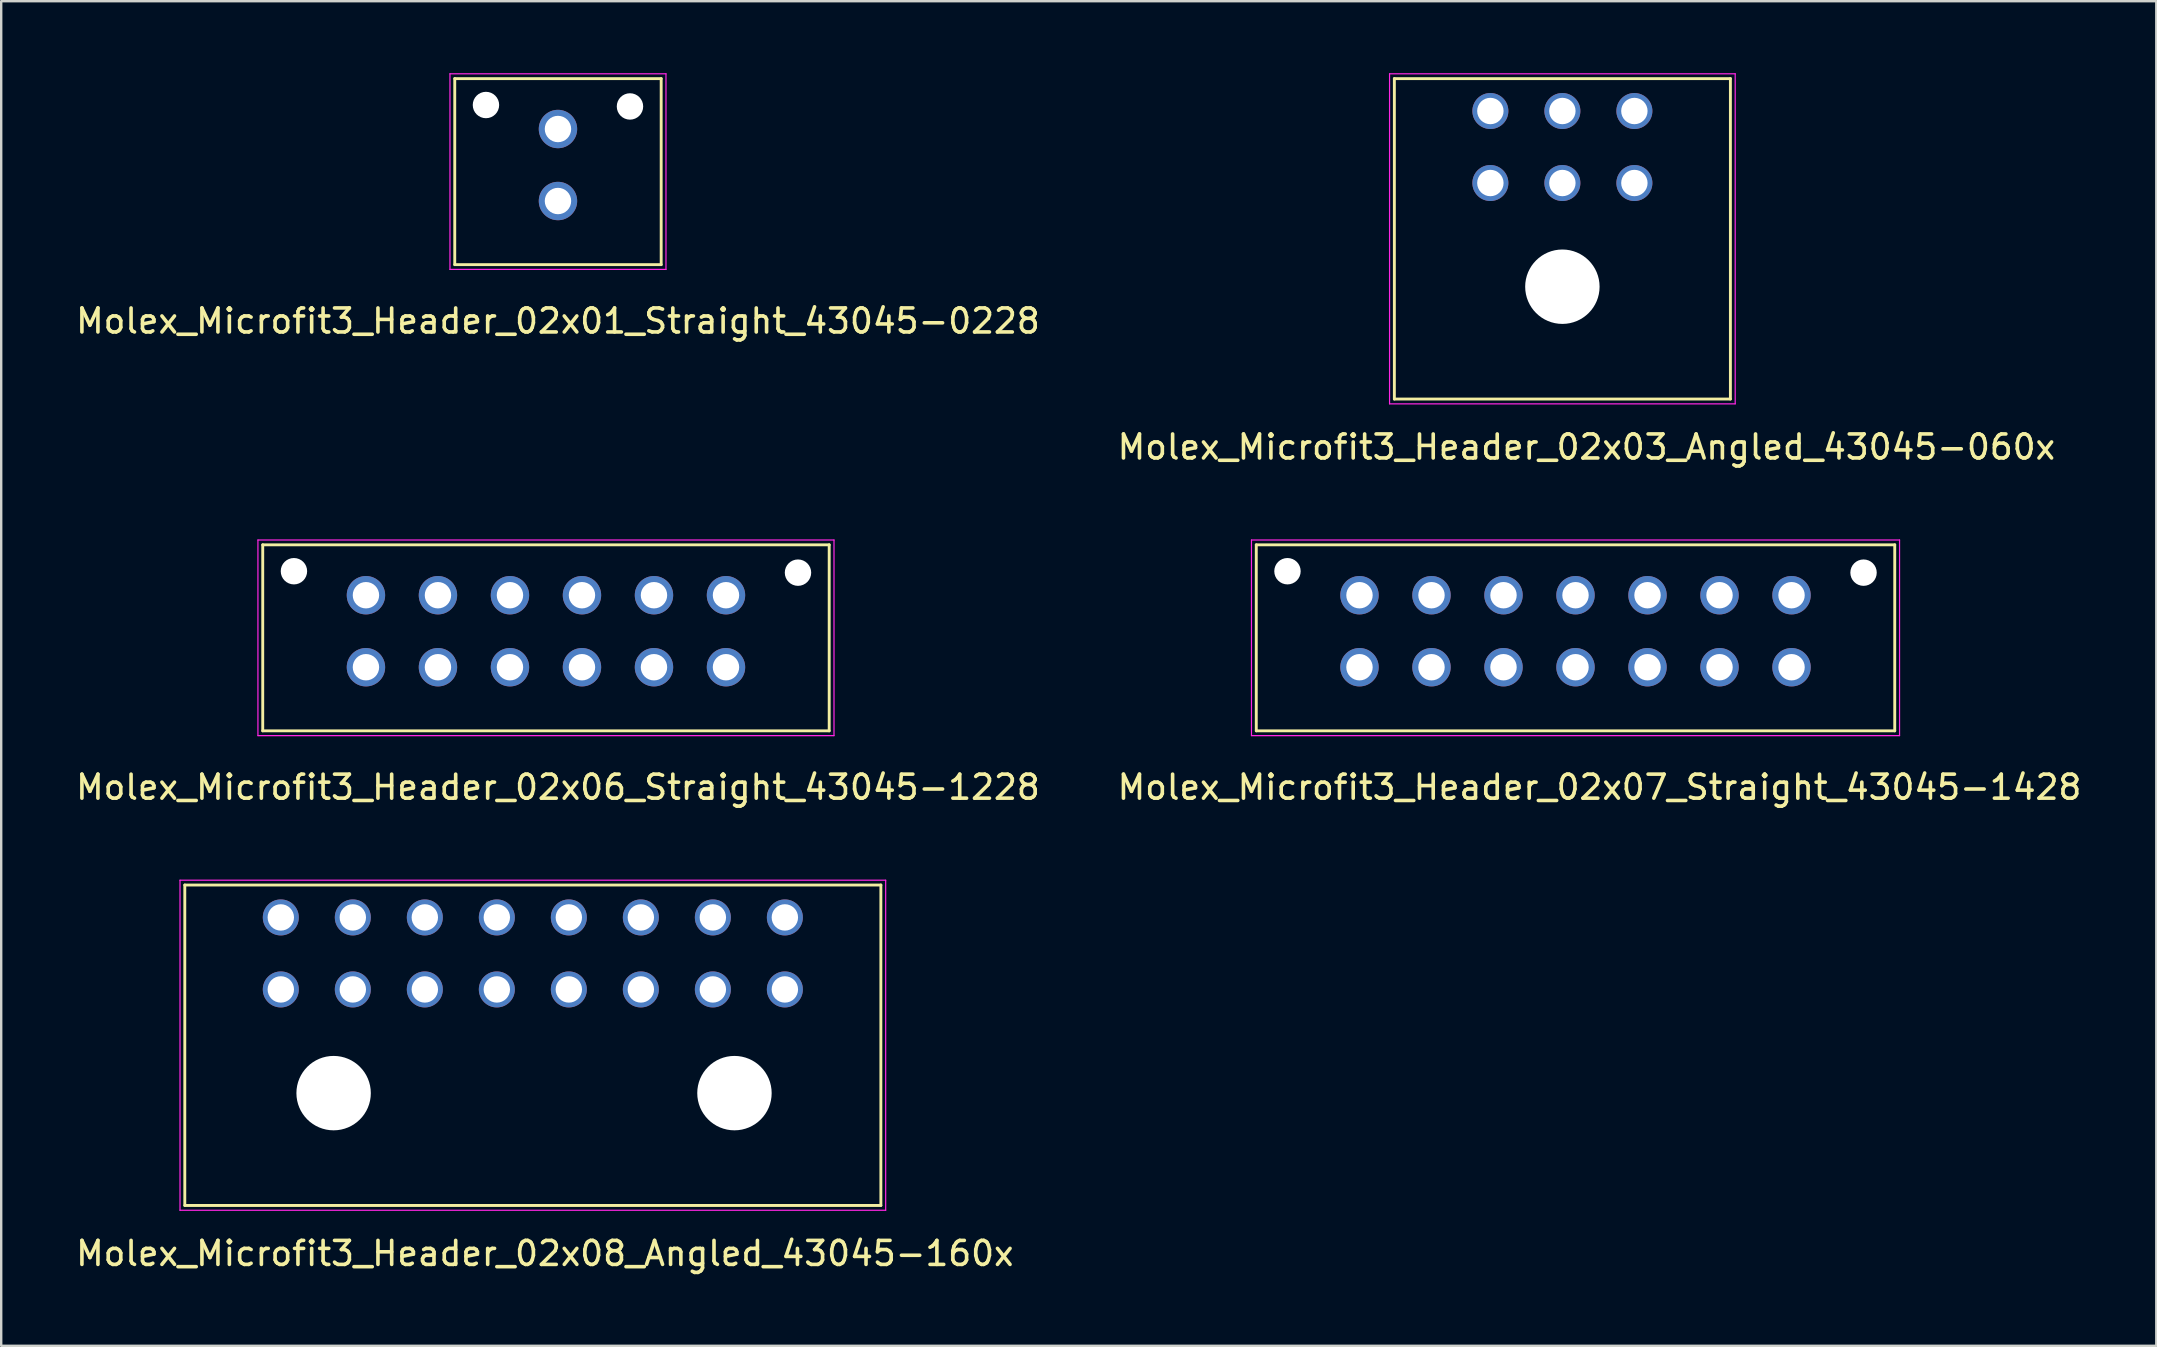
<source format=kicad_pcb>
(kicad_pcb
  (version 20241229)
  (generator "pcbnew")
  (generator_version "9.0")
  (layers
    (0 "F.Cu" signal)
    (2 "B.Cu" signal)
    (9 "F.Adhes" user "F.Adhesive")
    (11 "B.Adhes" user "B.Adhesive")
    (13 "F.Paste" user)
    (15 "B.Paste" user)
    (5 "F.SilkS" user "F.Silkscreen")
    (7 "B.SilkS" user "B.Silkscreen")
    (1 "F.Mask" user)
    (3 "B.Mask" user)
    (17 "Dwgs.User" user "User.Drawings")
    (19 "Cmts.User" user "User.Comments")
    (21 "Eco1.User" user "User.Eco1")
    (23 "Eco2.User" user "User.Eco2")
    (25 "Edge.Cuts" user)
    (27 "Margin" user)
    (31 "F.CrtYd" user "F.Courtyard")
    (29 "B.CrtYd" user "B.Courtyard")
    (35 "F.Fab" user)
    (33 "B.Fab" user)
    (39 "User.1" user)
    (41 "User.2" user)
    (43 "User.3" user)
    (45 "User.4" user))
  (footprint "Molex_Microfit3_Header_02x03_Angled_43045-060x"
    (layer "F.Cu")
    (at 65.042 4.575)
    (property "Reference" "Molex_Microfit3_Header_02x03_Angled_43045-060x" (at -2 11 0) (layer "F.SilkS") (effects (font (size 1 1) (thickness 0.15))))
    (attr through_hole)
    (fp_line (start -10 -4.35) (end 4 -4.35) (stroke (width 0.12) (type solid)) (layer "F.SilkS"))
    (fp_line (start -10 9) (end -10 -4.35) (stroke (width 0.12) (type solid)) (layer "F.SilkS"))
    (fp_line (start 4 -4.35) (end 4 9) (stroke (width 0.12) (type solid)) (layer "F.SilkS"))
    (fp_line (start 4 9) (end -10 9) (stroke (width 0.12) (type solid)) (layer "F.SilkS"))
    (fp_line (start -10.2 -4.55) (end -10.2 9.2) (stroke (width 0.05) (type solid)) (layer "F.CrtYd"))
    (fp_line (start -10.2 9.2) (end 4.2 9.2) (stroke (width 0.05) (type solid)) (layer "F.CrtYd"))
    (fp_line (start 4.2 -4.55) (end -10.2 -4.55) (stroke (width 0.05) (type solid)) (layer "F.CrtYd"))
    (fp_line (start 4.2 9.2) (end 4.2 -4.55) (stroke (width 0.05) (type solid)) (layer "F.CrtYd"))
    (pad "" np_thru_hole circle (at -3 4.32) (size 3.1 3.1) (drill 3.1) (layers "*.Cu" "*.Mask"))
    (pad "1" thru_hole circle (at 0 0) (size 1.5 1.5) (drill 1.1) (layers "*.Cu" "*.Mask"))
    (pad "2" thru_hole circle (at -3 0) (size 1.5 1.5) (drill 1.1) (layers "*.Cu" "*.Mask"))
    (pad "3" thru_hole circle (at -6 0) (size 1.5 1.5) (drill 1.1) (layers "*.Cu" "*.Mask"))
    (pad "4" thru_hole circle (at 0 -3) (size 1.5 1.5) (drill 1.1) (layers "*.Cu" "*.Mask"))
    (pad "5" thru_hole circle (at -3 -3) (size 1.5 1.5) (drill 1.1) (layers "*.Cu" "*.Mask"))
    (pad "6" thru_hole circle (at -6 -3) (size 1.5 1.5) (drill 1.1) (layers "*.Cu" "*.Mask")))
  (footprint "Molex_Microfit3_Header_02x06_Straight_43045-1228"
    (layer "F.Cu")
    (at 27.196 24.748)
    (property "Reference" "Molex_Microfit3_Header_02x06_Straight_43045-1228" (at -7 5 0) (layer "F.SilkS") (effects (font (size 1 1) (thickness 0.15))))
    (attr through_hole)
    (fp_line (start -19.3 2.65) (end -19.3 -5.1) (stroke (width 0.12) (type solid)) (layer "F.SilkS"))
    (fp_line (start 4.3 -5.1) (end -19.3 -5.1) (stroke (width 0.12) (type solid)) (layer "F.SilkS"))
    (fp_line (start 4.3 2.65) (end -19.3 2.65) (stroke (width 0.12) (type solid)) (layer "F.SilkS"))
    (fp_line (start 4.3 2.65) (end 4.3 -5.1) (stroke (width 0.12) (type solid)) (layer "F.SilkS"))
    (fp_line (start -19.5 2.85) (end -19.5 -5.3) (stroke (width 0.05) (type solid)) (layer "F.CrtYd"))
    (fp_line (start 4.5 -5.3) (end -19.5 -5.3) (stroke (width 0.05) (type solid)) (layer "F.CrtYd"))
    (fp_line (start 4.5 2.85) (end -19.5 2.85) (stroke (width 0.05) (type solid)) (layer "F.CrtYd"))
    (fp_line (start 4.5 2.85) (end 4.5 -5.3) (stroke (width 0.05) (type solid)) (layer "F.CrtYd"))
    (pad "" np_thru_hole circle (at -18 -4) (size 1.1 1.1) (drill 1.1) (layers "*.Cu" "*.Mask"))
    (pad "" np_thru_hole circle (at 3 -3.94) (size 1.1 1.1) (drill 1.1) (layers "*.Cu" "*.Mask"))
    (pad "1" thru_hole circle (at 0 0) (size 1.6 1.6) (drill 1.1) (layers "*.Cu" "*.Mask"))
    (pad "2" thru_hole circle (at -3 0) (size 1.6 1.6) (drill 1.1) (layers "*.Cu" "*.Mask"))
    (pad "3" thru_hole circle (at -6 0) (size 1.6 1.6) (drill 1.1) (layers "*.Cu" "*.Mask"))
    (pad "4" thru_hole circle (at -9 0) (size 1.6 1.6) (drill 1.1) (layers "*.Cu" "*.Mask"))
    (pad "5" thru_hole circle (at -12 0) (size 1.6 1.6) (drill 1.1) (layers "*.Cu" "*.Mask"))
    (pad "6" thru_hole circle (at -15 0) (size 1.6 1.6) (drill 1.1) (layers "*.Cu" "*.Mask"))
    (pad "7" thru_hole circle (at 0 -3) (size 1.6 1.6) (drill 1.1) (layers "*.Cu" "*.Mask"))
    (pad "8" thru_hole circle (at -3 -3) (size 1.6 1.6) (drill 1.1) (layers "*.Cu" "*.Mask"))
    (pad "9" thru_hole circle (at -6 -3) (size 1.6 1.6) (drill 1.1) (layers "*.Cu" "*.Mask"))
    (pad "10" thru_hole circle (at -9 -3) (size 1.6 1.6) (drill 1.1) (layers "*.Cu" "*.Mask"))
    (pad "11" thru_hole circle (at -12 -3) (size 1.6 1.6) (drill 1.1) (layers "*.Cu" "*.Mask"))
    (pad "12" thru_hole circle (at -15 -3) (size 1.6 1.6) (drill 1.1) (layers "*.Cu" "*.Mask")))
  (footprint "Molex_Microfit3_Header_02x01_Straight_43045-0228"
    (layer "F.Cu")
    (at 20.196 5.325)
    (property "Reference" "Molex_Microfit3_Header_02x01_Straight_43045-0228" (at 0 5 0) (layer "F.SilkS") (effects (font (size 1 1) (thickness 0.15))))
    (attr through_hole)
    (fp_line (start -4.3 2.65) (end -4.3 -5.1) (stroke (width 0.12) (type solid)) (layer "F.SilkS"))
    (fp_line (start 4.3 -5.1) (end -4.3 -5.1) (stroke (width 0.12) (type solid)) (layer "F.SilkS"))
    (fp_line (start 4.3 2.65) (end -4.3 2.65) (stroke (width 0.12) (type solid)) (layer "F.SilkS"))
    (fp_line (start 4.3 2.65) (end 4.3 -5.1) (stroke (width 0.12) (type solid)) (layer "F.SilkS"))
    (fp_line (start -4.5 2.85) (end -4.5 -5.3) (stroke (width 0.05) (type solid)) (layer "F.CrtYd"))
    (fp_line (start 4.5 -5.3) (end -4.5 -5.3) (stroke (width 0.05) (type solid)) (layer "F.CrtYd"))
    (fp_line (start 4.5 2.85) (end -4.5 2.85) (stroke (width 0.05) (type solid)) (layer "F.CrtYd"))
    (fp_line (start 4.5 2.85) (end 4.5 -5.3) (stroke (width 0.05) (type solid)) (layer "F.CrtYd"))
    (pad "" np_thru_hole circle (at -3 -4) (size 1.1 1.1) (drill 1.1) (layers "*.Cu" "*.Mask"))
    (pad "" np_thru_hole circle (at 3 -3.94) (size 1.1 1.1) (drill 1.1) (layers "*.Cu" "*.Mask"))
    (pad "1" thru_hole circle (at 0 0) (size 1.6 1.6) (drill 1.1) (layers "*.Cu" "*.Mask"))
    (pad "2" thru_hole circle (at 0 -3) (size 1.6 1.6) (drill 1.1) (layers "*.Cu" "*.Mask")))
  (footprint "Molex_Microfit3_Header_02x07_Straight_43045-1428"
    (layer "F.Cu")
    (at 71.589 24.748)
    (property "Reference" "Molex_Microfit3_Header_02x07_Straight_43045-1428" (at -8 5 0) (layer "F.SilkS") (effects (font (size 1 1) (thickness 0.15))))
    (attr through_hole)
    (fp_line (start -22.3 2.65) (end -22.3 -5.1) (stroke (width 0.12) (type solid)) (layer "F.SilkS"))
    (fp_line (start 4.3 -5.1) (end -22.3 -5.1) (stroke (width 0.12) (type solid)) (layer "F.SilkS"))
    (fp_line (start 4.3 2.65) (end -22.3 2.65) (stroke (width 0.12) (type solid)) (layer "F.SilkS"))
    (fp_line (start 4.3 2.65) (end 4.3 -5.1) (stroke (width 0.12) (type solid)) (layer "F.SilkS"))
    (fp_line (start -22.5 2.85) (end -22.5 -5.3) (stroke (width 0.05) (type solid)) (layer "F.CrtYd"))
    (fp_line (start 4.5 -5.3) (end -22.5 -5.3) (stroke (width 0.05) (type solid)) (layer "F.CrtYd"))
    (fp_line (start 4.5 2.85) (end -22.5 2.85) (stroke (width 0.05) (type solid)) (layer "F.CrtYd"))
    (fp_line (start 4.5 2.85) (end 4.5 -5.3) (stroke (width 0.05) (type solid)) (layer "F.CrtYd"))
    (pad "" np_thru_hole circle (at -21 -4) (size 1.1 1.1) (drill 1.1) (layers "*.Cu" "*.Mask"))
    (pad "" np_thru_hole circle (at 3 -3.94) (size 1.1 1.1) (drill 1.1) (layers "*.Cu" "*.Mask"))
    (pad "1" thru_hole circle (at 0 0) (size 1.6 1.6) (drill 1.1) (layers "*.Cu" "*.Mask"))
    (pad "2" thru_hole circle (at -3 0) (size 1.6 1.6) (drill 1.1) (layers "*.Cu" "*.Mask"))
    (pad "3" thru_hole circle (at -6 0) (size 1.6 1.6) (drill 1.1) (layers "*.Cu" "*.Mask"))
    (pad "4" thru_hole circle (at -9 0) (size 1.6 1.6) (drill 1.1) (layers "*.Cu" "*.Mask"))
    (pad "5" thru_hole circle (at -12 0) (size 1.6 1.6) (drill 1.1) (layers "*.Cu" "*.Mask"))
    (pad "6" thru_hole circle (at -15 0) (size 1.6 1.6) (drill 1.1) (layers "*.Cu" "*.Mask"))
    (pad "7" thru_hole circle (at -18 0) (size 1.6 1.6) (drill 1.1) (layers "*.Cu" "*.Mask"))
    (pad "8" thru_hole circle (at 0 -3) (size 1.6 1.6) (drill 1.1) (layers "*.Cu" "*.Mask"))
    (pad "9" thru_hole circle (at -3 -3) (size 1.6 1.6) (drill 1.1) (layers "*.Cu" "*.Mask"))
    (pad "10" thru_hole circle (at -6 -3) (size 1.6 1.6) (drill 1.1) (layers "*.Cu" "*.Mask"))
    (pad "11" thru_hole circle (at -9 -3) (size 1.6 1.6) (drill 1.1) (layers "*.Cu" "*.Mask"))
    (pad "12" thru_hole circle (at -12 -3) (size 1.6 1.6) (drill 1.1) (layers "*.Cu" "*.Mask"))
    (pad "13" thru_hole circle (at -15 -3) (size 1.6 1.6) (drill 1.1) (layers "*.Cu" "*.Mask"))
    (pad "14" thru_hole circle (at -18 -3) (size 1.6 1.6) (drill 1.1) (layers "*.Cu" "*.Mask")))
  (footprint "Molex_Microfit3_Header_02x08_Angled_43045-160x"
    (layer "F.Cu")
    (at 29.649 38.172)
    (property "Reference" "Molex_Microfit3_Header_02x08_Angled_43045-160x" (at -10 11 0) (layer "F.SilkS") (effects (font (size 1 1) (thickness 0.15))))
    (attr through_hole)
    (fp_line (start -25 -4.35) (end 4 -4.35) (stroke (width 0.12) (type solid)) (layer "F.SilkS"))
    (fp_line (start -25 9) (end -25 -4.35) (stroke (width 0.12) (type solid)) (layer "F.SilkS"))
    (fp_line (start 4 -4.35) (end 4 9) (stroke (width 0.12) (type solid)) (layer "F.SilkS"))
    (fp_line (start 4 9) (end -25 9) (stroke (width 0.12) (type solid)) (layer "F.SilkS"))
    (fp_line (start -25.2 -4.55) (end -25.2 9.2) (stroke (width 0.05) (type solid)) (layer "F.CrtYd"))
    (fp_line (start -25.2 9.2) (end 4.2 9.2) (stroke (width 0.05) (type solid)) (layer "F.CrtYd"))
    (fp_line (start 4.2 -4.55) (end -25.2 -4.55) (stroke (width 0.05) (type solid)) (layer "F.CrtYd"))
    (fp_line (start 4.2 9.2) (end 4.2 -4.55) (stroke (width 0.05) (type solid)) (layer "F.CrtYd"))
    (pad "" np_thru_hole circle (at -18.8 4.32) (size 3.1 3.1) (drill 3.1) (layers "*.Cu" "*.Mask"))
    (pad "" np_thru_hole circle (at -2.1 4.32) (size 3.1 3.1) (drill 3.1) (layers "*.Cu" "*.Mask"))
    (pad "1" thru_hole circle (at 0 0) (size 1.5 1.5) (drill 1.1) (layers "*.Cu" "*.Mask"))
    (pad "2" thru_hole circle (at -3 0) (size 1.5 1.5) (drill 1.1) (layers "*.Cu" "*.Mask"))
    (pad "3" thru_hole circle (at -6 0) (size 1.5 1.5) (drill 1.1) (layers "*.Cu" "*.Mask"))
    (pad "4" thru_hole circle (at -9 0) (size 1.5 1.5) (drill 1.1) (layers "*.Cu" "*.Mask"))
    (pad "5" thru_hole circle (at -12 0) (size 1.5 1.5) (drill 1.1) (layers "*.Cu" "*.Mask"))
    (pad "6" thru_hole circle (at -15 0) (size 1.5 1.5) (drill 1.1) (layers "*.Cu" "*.Mask"))
    (pad "7" thru_hole circle (at -18 0) (size 1.5 1.5) (drill 1.1) (layers "*.Cu" "*.Mask"))
    (pad "8" thru_hole circle (at -21 0) (size 1.5 1.5) (drill 1.1) (layers "*.Cu" "*.Mask"))
    (pad "9" thru_hole circle (at 0 -3) (size 1.5 1.5) (drill 1.1) (layers "*.Cu" "*.Mask"))
    (pad "10" thru_hole circle (at -3 -3) (size 1.5 1.5) (drill 1.1) (layers "*.Cu" "*.Mask"))
    (pad "11" thru_hole circle (at -6 -3) (size 1.5 1.5) (drill 1.1) (layers "*.Cu" "*.Mask"))
    (pad "12" thru_hole circle (at -9 -3) (size 1.5 1.5) (drill 1.1) (layers "*.Cu" "*.Mask"))
    (pad "13" thru_hole circle (at -12 -3) (size 1.5 1.5) (drill 1.1) (layers "*.Cu" "*.Mask"))
    (pad "14" thru_hole circle (at -15 -3) (size 1.5 1.5) (drill 1.1) (layers "*.Cu" "*.Mask"))
    (pad "15" thru_hole circle (at -18 -3) (size 1.5 1.5) (drill 1.1) (layers "*.Cu" "*.Mask"))
    (pad "16" thru_hole circle (at -21 -3) (size 1.5 1.5) (drill 1.1) (layers "*.Cu" "*.Mask")))
  (gr_rect
    (start -3 -3)
    (end 86.786 53.02)
    (stroke (width 0.1) (type default))
    (fill no)
    (layer "Edge.Cuts")))
</source>
